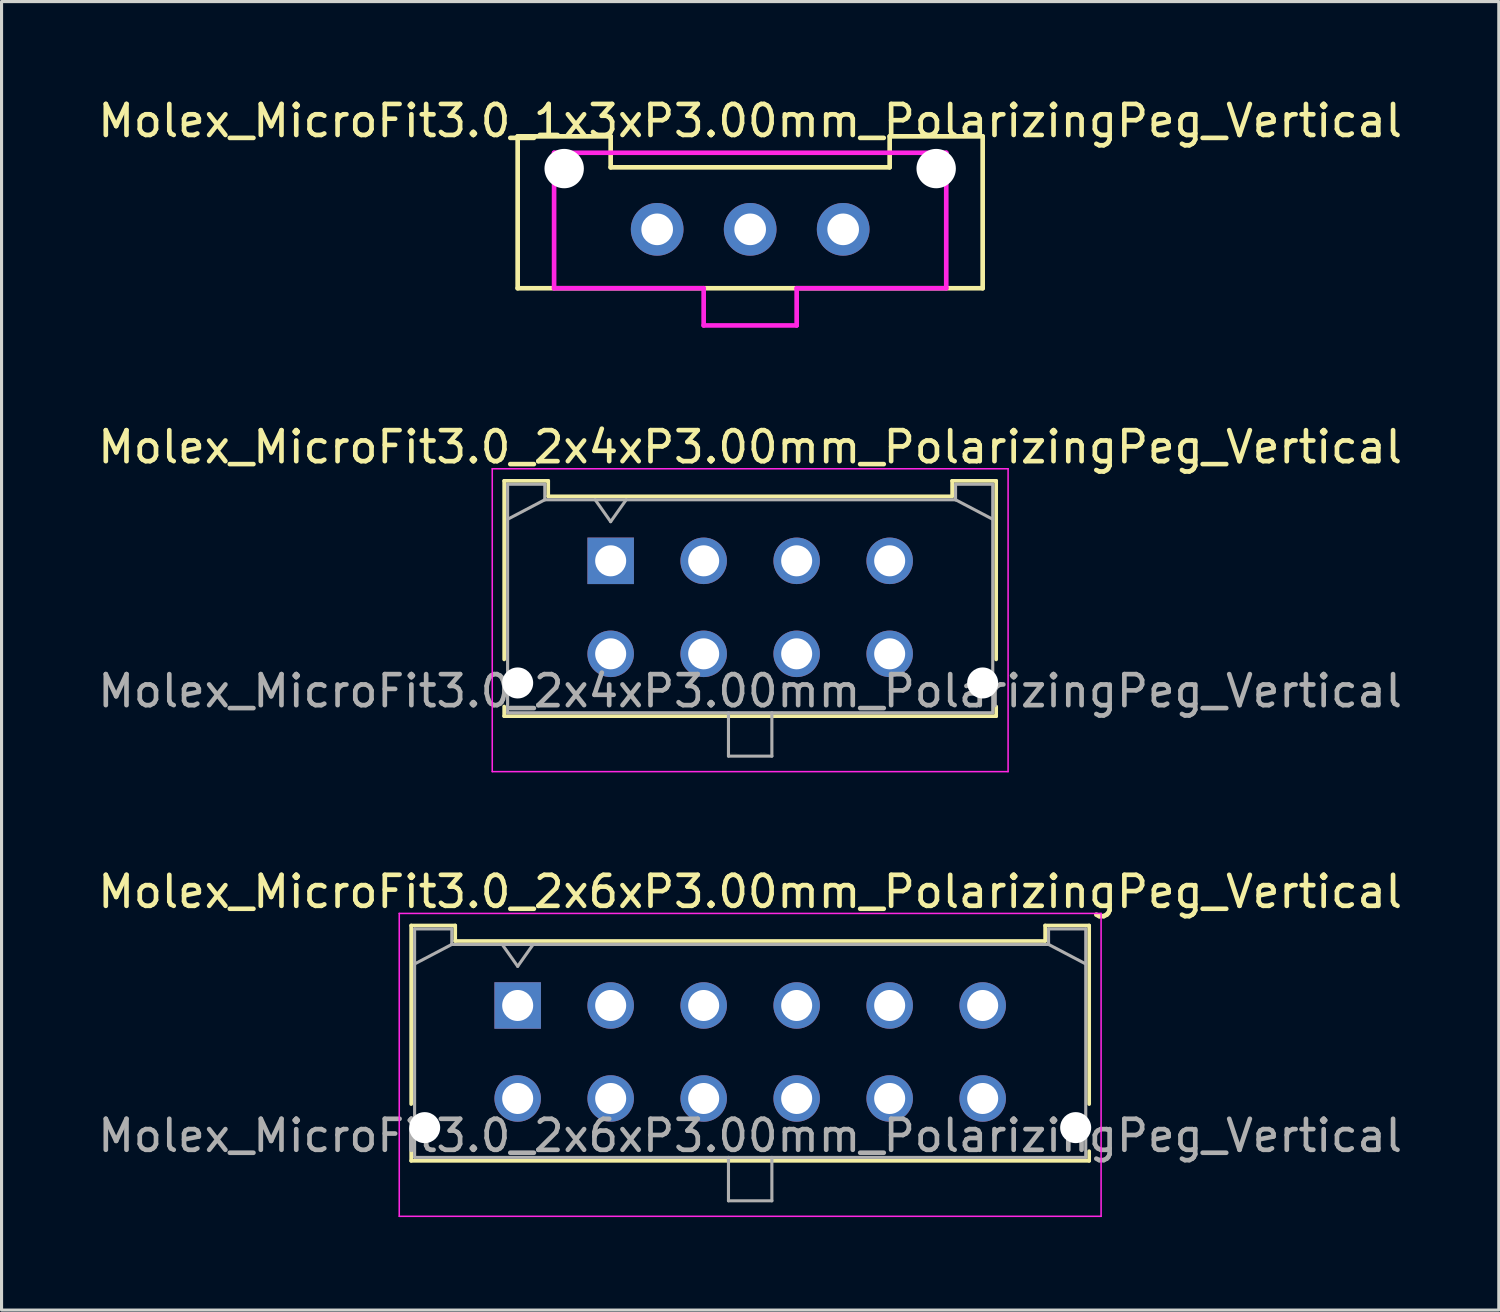
<source format=kicad_pcb>
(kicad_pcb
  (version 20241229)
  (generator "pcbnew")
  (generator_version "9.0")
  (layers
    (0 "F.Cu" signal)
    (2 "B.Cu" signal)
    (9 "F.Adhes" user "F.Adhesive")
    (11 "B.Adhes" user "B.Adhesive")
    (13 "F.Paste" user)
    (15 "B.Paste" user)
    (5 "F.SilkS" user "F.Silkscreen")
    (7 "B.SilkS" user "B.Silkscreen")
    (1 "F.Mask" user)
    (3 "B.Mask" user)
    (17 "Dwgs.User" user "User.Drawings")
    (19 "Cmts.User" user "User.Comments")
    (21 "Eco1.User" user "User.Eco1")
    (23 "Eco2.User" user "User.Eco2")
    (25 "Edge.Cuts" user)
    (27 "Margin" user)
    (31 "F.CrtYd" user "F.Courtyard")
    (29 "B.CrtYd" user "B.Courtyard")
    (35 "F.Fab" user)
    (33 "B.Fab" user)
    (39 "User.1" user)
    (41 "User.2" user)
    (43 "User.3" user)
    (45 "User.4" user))
  (footprint "Molex_MicroFit3.0_1x3xP3.00mm_PolarizingPeg_Vertical"
    (layer "F.Cu")
    (at 18.149 4.348)
    (property "Reference" "Molex_MicroFit3.0_1x3xP3.00mm_PolarizingPeg_Vertical" (at 3 -3.5 0) (layer "F.SilkS") (effects (font (size 1 1) (thickness 0.15))))
    (attr through_hole)
    (fp_line (start -4.5 -3) (end -1.5 -3) (stroke (width 0.15) (type solid)) (layer "F.SilkS"))
    (fp_line (start -4.5 1.9) (end -4.5 -3) (stroke (width 0.15) (type solid)) (layer "F.SilkS"))
    (fp_line (start -1.5 -3) (end -1.5 -2) (stroke (width 0.15) (type solid)) (layer "F.SilkS"))
    (fp_line (start -1.5 -2) (end 7.5 -2) (stroke (width 0.15) (type solid)) (layer "F.SilkS"))
    (fp_line (start 7.5 -3) (end 10.5 -3) (stroke (width 0.15) (type solid)) (layer "F.SilkS"))
    (fp_line (start 7.5 -2) (end 7.5 -3) (stroke (width 0.15) (type solid)) (layer "F.SilkS"))
    (fp_line (start 10.5 -3) (end 10.5 1.9) (stroke (width 0.15) (type solid)) (layer "F.SilkS"))
    (fp_line (start 10.5 1.9) (end -4.5 1.9) (stroke (width 0.15) (type solid)) (layer "F.SilkS"))
    (fp_line (start -3.325 -2.47) (end 9.325 -2.47) (stroke (width 0.15) (type solid)) (layer "F.CrtYd"))
    (fp_line (start -3.325 1.9) (end -3.325 -2.47) (stroke (width 0.15) (type solid)) (layer "F.CrtYd"))
    (fp_line (start 1.5 1.9) (end -3.325 1.9) (stroke (width 0.15) (type solid)) (layer "F.CrtYd"))
    (fp_line (start 1.5 3.1) (end 1.5 1.9) (stroke (width 0.15) (type solid)) (layer "F.CrtYd"))
    (fp_line (start 4.5 1.9) (end 4.5 3.1) (stroke (width 0.15) (type solid)) (layer "F.CrtYd"))
    (fp_line (start 4.5 3.1) (end 1.5 3.1) (stroke (width 0.15) (type solid)) (layer "F.CrtYd"))
    (fp_line (start 9.325 -2.47) (end 9.325 1.9) (stroke (width 0.15) (type solid)) (layer "F.CrtYd"))
    (fp_line (start 9.325 1.9) (end 4.5 1.9) (stroke (width 0.15) (type solid)) (layer "F.CrtYd"))
    (pad "" np_thru_hole circle (at -3 -1.96) (size 1.27 1.27) (drill 1.27) (layers "*.Cu" "*.Mask"))
    (pad "" np_thru_hole circle (at 9 -1.96) (size 1.27 1.27) (drill 1.27) (layers "*.Cu" "*.Mask"))
    (pad "1" thru_hole circle (at 0 0) (size 1.7 1.7) (drill 1.02) (layers "*.Cu" "*.Mask"))
    (pad "2" thru_hole circle (at 3 0) (size 1.7 1.7) (drill 1.02) (layers "*.Cu" "*.Mask"))
    (pad "3" thru_hole circle (at 6 0) (size 1.7 1.7) (drill 1.02) (layers "*.Cu" "*.Mask")))
  (footprint "Molex_MicroFit3.0_2x6xP3.00mm_PolarizingPeg_Vertical"
    (layer "F.Cu")
    (at 13.649 29.385)
    (property "Reference" "Molex_MicroFit3.0_2x6xP3.00mm_PolarizingPeg_Vertical" (at 7.5 -3.67 0) (layer "F.SilkS") (effects (font (size 1 1) (thickness 0.15))))
    (attr through_hole)
    (fp_line (start -3.435 -2.58) (end -2.015 -2.58) (stroke (width 0.12) (type solid)) (layer "F.SilkS"))
    (fp_line (start -3.435 3.18) (end -3.435 -2.58) (stroke (width 0.12) (type solid)) (layer "F.SilkS"))
    (fp_line (start -3.435 4.7) (end -3.435 5.01) (stroke (width 0.12) (type solid)) (layer "F.SilkS"))
    (fp_line (start -3.435 5.01) (end 18.435 5.01) (stroke (width 0.12) (type solid)) (layer "F.SilkS"))
    (fp_line (start -2.015 -2.58) (end -2.015 -2.08) (stroke (width 0.12) (type solid)) (layer "F.SilkS"))
    (fp_line (start -2.015 -2.08) (end 17.015 -2.08) (stroke (width 0.12) (type solid)) (layer "F.SilkS"))
    (fp_line (start 17.015 -2.58) (end 18.435 -2.58) (stroke (width 0.12) (type solid)) (layer "F.SilkS"))
    (fp_line (start 17.015 -2.08) (end 17.015 -2.58) (stroke (width 0.12) (type solid)) (layer "F.SilkS"))
    (fp_line (start 18.435 -2.58) (end 18.435 3.18) (stroke (width 0.12) (type solid)) (layer "F.SilkS"))
    (fp_line (start 18.435 5.01) (end 18.435 4.7) (stroke (width 0.12) (type solid)) (layer "F.SilkS"))
    (fp_line (start -3.82 -2.97) (end 18.82 -2.97) (stroke (width 0.05) (type solid)) (layer "F.CrtYd"))
    (fp_line (start -3.82 6.8) (end -3.82 -2.97) (stroke (width 0.05) (type solid)) (layer "F.CrtYd"))
    (fp_line (start 18.82 -2.97) (end 18.82 6.8) (stroke (width 0.05) (type solid)) (layer "F.CrtYd"))
    (fp_line (start 18.82 6.8) (end -3.82 6.8) (stroke (width 0.05) (type solid)) (layer "F.CrtYd"))
    (fp_line (start -3.325 -2.47) (end -3.325 4.9) (stroke (width 0.1) (type solid)) (layer "F.Fab"))
    (fp_line (start -3.325 -1.34) (end -2.125 -1.97) (stroke (width 0.1) (type solid)) (layer "F.Fab"))
    (fp_line (start -3.325 4.9) (end 18.325 4.9) (stroke (width 0.1) (type solid)) (layer "F.Fab"))
    (fp_line (start -2.125 -2.47) (end -3.325 -2.47) (stroke (width 0.1) (type solid)) (layer "F.Fab"))
    (fp_line (start -2.125 -1.97) (end -2.125 -2.47) (stroke (width 0.1) (type solid)) (layer "F.Fab"))
    (fp_line (start -0.5 -1.97) (end 0 -1.263) (stroke (width 0.1) (type solid)) (layer "F.Fab"))
    (fp_line (start 0 -1.263) (end 0.5 -1.97) (stroke (width 0.1) (type solid)) (layer "F.Fab"))
    (fp_line (start 6.8 4.9) (end 6.8 6.3) (stroke (width 0.1) (type solid)) (layer "F.Fab"))
    (fp_line (start 6.8 6.3) (end 8.2 6.3) (stroke (width 0.1) (type solid)) (layer "F.Fab"))
    (fp_line (start 8.2 6.3) (end 8.2 4.9) (stroke (width 0.1) (type solid)) (layer "F.Fab"))
    (fp_line (start 17.125 -2.47) (end 17.125 -1.97) (stroke (width 0.1) (type solid)) (layer "F.Fab"))
    (fp_line (start 17.125 -1.97) (end -2.125 -1.97) (stroke (width 0.1) (type solid)) (layer "F.Fab"))
    (fp_line (start 18.325 -2.47) (end 17.125 -2.47) (stroke (width 0.1) (type solid)) (layer "F.Fab"))
    (fp_line (start 18.325 -1.34) (end 17.125 -1.97) (stroke (width 0.1) (type solid)) (layer "F.Fab"))
    (fp_line (start 18.325 4.9) (end 18.325 -2.47) (stroke (width 0.1) (type solid)) (layer "F.Fab"))
    (fp_text user "${REFERENCE}" (at 7.5 4.2 0) (layer "F.Fab") (effects (font (size 1 1) (thickness 0.15))))
    (pad "" np_thru_hole circle (at -3 3.94) (size 1 1) (drill 1) (layers "*.Cu" "*.Mask"))
    (pad "" np_thru_hole circle (at 18 3.94) (size 1 1) (drill 1) (layers "*.Cu" "*.Mask"))
    (pad "1" thru_hole rect (at 0 0) (size 1.5 1.5) (drill 1) (layers "*.Cu" "*.Mask"))
    (pad "2" thru_hole circle (at 3 0) (size 1.5 1.5) (drill 1) (layers "*.Cu" "*.Mask"))
    (pad "3" thru_hole circle (at 6 0) (size 1.5 1.5) (drill 1) (layers "*.Cu" "*.Mask"))
    (pad "4" thru_hole circle (at 9 0) (size 1.5 1.5) (drill 1) (layers "*.Cu" "*.Mask"))
    (pad "5" thru_hole circle (at 12 0) (size 1.5 1.5) (drill 1) (layers "*.Cu" "*.Mask"))
    (pad "6" thru_hole circle (at 15 0) (size 1.5 1.5) (drill 1) (layers "*.Cu" "*.Mask"))
    (pad "7" thru_hole circle (at 0 3) (size 1.5 1.5) (drill 1) (layers "*.Cu" "*.Mask"))
    (pad "8" thru_hole circle (at 3 3) (size 1.5 1.5) (drill 1) (layers "*.Cu" "*.Mask"))
    (pad "9" thru_hole circle (at 6 3) (size 1.5 1.5) (drill 1) (layers "*.Cu" "*.Mask"))
    (pad "10" thru_hole circle (at 9 3) (size 1.5 1.5) (drill 1) (layers "*.Cu" "*.Mask"))
    (pad "11" thru_hole circle (at 12 3) (size 1.5 1.5) (drill 1) (layers "*.Cu" "*.Mask"))
    (pad "12" thru_hole circle (at 15 3) (size 1.5 1.5) (drill 1) (layers "*.Cu" "*.Mask")))
  (footprint "Molex_MicroFit3.0_2x4xP3.00mm_PolarizingPeg_Vertical"
    (layer "F.Cu")
    (at 16.649 15.041)
    (property "Reference" "Molex_MicroFit3.0_2x4xP3.00mm_PolarizingPeg_Vertical" (at 4.5 -3.67 0) (layer "F.SilkS") (effects (font (size 1 1) (thickness 0.15))))
    (attr through_hole)
    (fp_line (start -3.435 -2.58) (end -2.015 -2.58) (stroke (width 0.12) (type solid)) (layer "F.SilkS"))
    (fp_line (start -3.435 3.18) (end -3.435 -2.58) (stroke (width 0.12) (type solid)) (layer "F.SilkS"))
    (fp_line (start -3.435 4.7) (end -3.435 5.01) (stroke (width 0.12) (type solid)) (layer "F.SilkS"))
    (fp_line (start -3.435 5.01) (end 12.435 5.01) (stroke (width 0.12) (type solid)) (layer "F.SilkS"))
    (fp_line (start -2.015 -2.58) (end -2.015 -2.08) (stroke (width 0.12) (type solid)) (layer "F.SilkS"))
    (fp_line (start -2.015 -2.08) (end 11.015 -2.08) (stroke (width 0.12) (type solid)) (layer "F.SilkS"))
    (fp_line (start 11.015 -2.58) (end 12.435 -2.58) (stroke (width 0.12) (type solid)) (layer "F.SilkS"))
    (fp_line (start 11.015 -2.08) (end 11.015 -2.58) (stroke (width 0.12) (type solid)) (layer "F.SilkS"))
    (fp_line (start 12.435 -2.58) (end 12.435 3.18) (stroke (width 0.12) (type solid)) (layer "F.SilkS"))
    (fp_line (start 12.435 5.01) (end 12.435 4.7) (stroke (width 0.12) (type solid)) (layer "F.SilkS"))
    (fp_line (start -3.82 -2.97) (end 12.82 -2.97) (stroke (width 0.05) (type solid)) (layer "F.CrtYd"))
    (fp_line (start -3.82 6.8) (end -3.82 -2.97) (stroke (width 0.05) (type solid)) (layer "F.CrtYd"))
    (fp_line (start 12.82 -2.97) (end 12.82 6.8) (stroke (width 0.05) (type solid)) (layer "F.CrtYd"))
    (fp_line (start 12.82 6.8) (end -3.82 6.8) (stroke (width 0.05) (type solid)) (layer "F.CrtYd"))
    (fp_line (start -3.325 -2.47) (end -3.325 4.9) (stroke (width 0.1) (type solid)) (layer "F.Fab"))
    (fp_line (start -3.325 -1.34) (end -2.125 -1.97) (stroke (width 0.1) (type solid)) (layer "F.Fab"))
    (fp_line (start -3.325 4.9) (end 12.325 4.9) (stroke (width 0.1) (type solid)) (layer "F.Fab"))
    (fp_line (start -2.125 -2.47) (end -3.325 -2.47) (stroke (width 0.1) (type solid)) (layer "F.Fab"))
    (fp_line (start -2.125 -1.97) (end -2.125 -2.47) (stroke (width 0.1) (type solid)) (layer "F.Fab"))
    (fp_line (start -0.5 -1.97) (end 0 -1.263) (stroke (width 0.1) (type solid)) (layer "F.Fab"))
    (fp_line (start 0 -1.263) (end 0.5 -1.97) (stroke (width 0.1) (type solid)) (layer "F.Fab"))
    (fp_line (start 3.8 4.9) (end 3.8 6.3) (stroke (width 0.1) (type solid)) (layer "F.Fab"))
    (fp_line (start 3.8 6.3) (end 5.2 6.3) (stroke (width 0.1) (type solid)) (layer "F.Fab"))
    (fp_line (start 5.2 6.3) (end 5.2 4.9) (stroke (width 0.1) (type solid)) (layer "F.Fab"))
    (fp_line (start 11.125 -2.47) (end 11.125 -1.97) (stroke (width 0.1) (type solid)) (layer "F.Fab"))
    (fp_line (start 11.125 -1.97) (end -2.125 -1.97) (stroke (width 0.1) (type solid)) (layer "F.Fab"))
    (fp_line (start 12.325 -2.47) (end 11.125 -2.47) (stroke (width 0.1) (type solid)) (layer "F.Fab"))
    (fp_line (start 12.325 -1.34) (end 11.125 -1.97) (stroke (width 0.1) (type solid)) (layer "F.Fab"))
    (fp_line (start 12.325 4.9) (end 12.325 -2.47) (stroke (width 0.1) (type solid)) (layer "F.Fab"))
    (fp_text user "${REFERENCE}" (at 4.5 4.2 0) (layer "F.Fab") (effects (font (size 1 1) (thickness 0.15))))
    (pad "" np_thru_hole circle (at -3 3.94) (size 1 1) (drill 1) (layers "*.Cu" "*.Mask"))
    (pad "" np_thru_hole circle (at 12 3.94) (size 1 1) (drill 1) (layers "*.Cu" "*.Mask"))
    (pad "1" thru_hole rect (at 0 0) (size 1.5 1.5) (drill 1) (layers "*.Cu" "*.Mask"))
    (pad "2" thru_hole circle (at 3 0) (size 1.5 1.5) (drill 1) (layers "*.Cu" "*.Mask"))
    (pad "3" thru_hole circle (at 6 0) (size 1.5 1.5) (drill 1) (layers "*.Cu" "*.Mask"))
    (pad "4" thru_hole circle (at 9 0) (size 1.5 1.5) (drill 1) (layers "*.Cu" "*.Mask"))
    (pad "5" thru_hole circle (at 0 3) (size 1.5 1.5) (drill 1) (layers "*.Cu" "*.Mask"))
    (pad "6" thru_hole circle (at 3 3) (size 1.5 1.5) (drill 1) (layers "*.Cu" "*.Mask"))
    (pad "7" thru_hole circle (at 6 3) (size 1.5 1.5) (drill 1) (layers "*.Cu" "*.Mask"))
    (pad "8" thru_hole circle (at 9 3) (size 1.5 1.5) (drill 1) (layers "*.Cu" "*.Mask")))
  (gr_rect
    (start -3 -3)
    (end 45.298 39.21)
    (stroke (width 0.1) (type default))
    (fill no)
    (layer "Edge.Cuts")))
</source>
